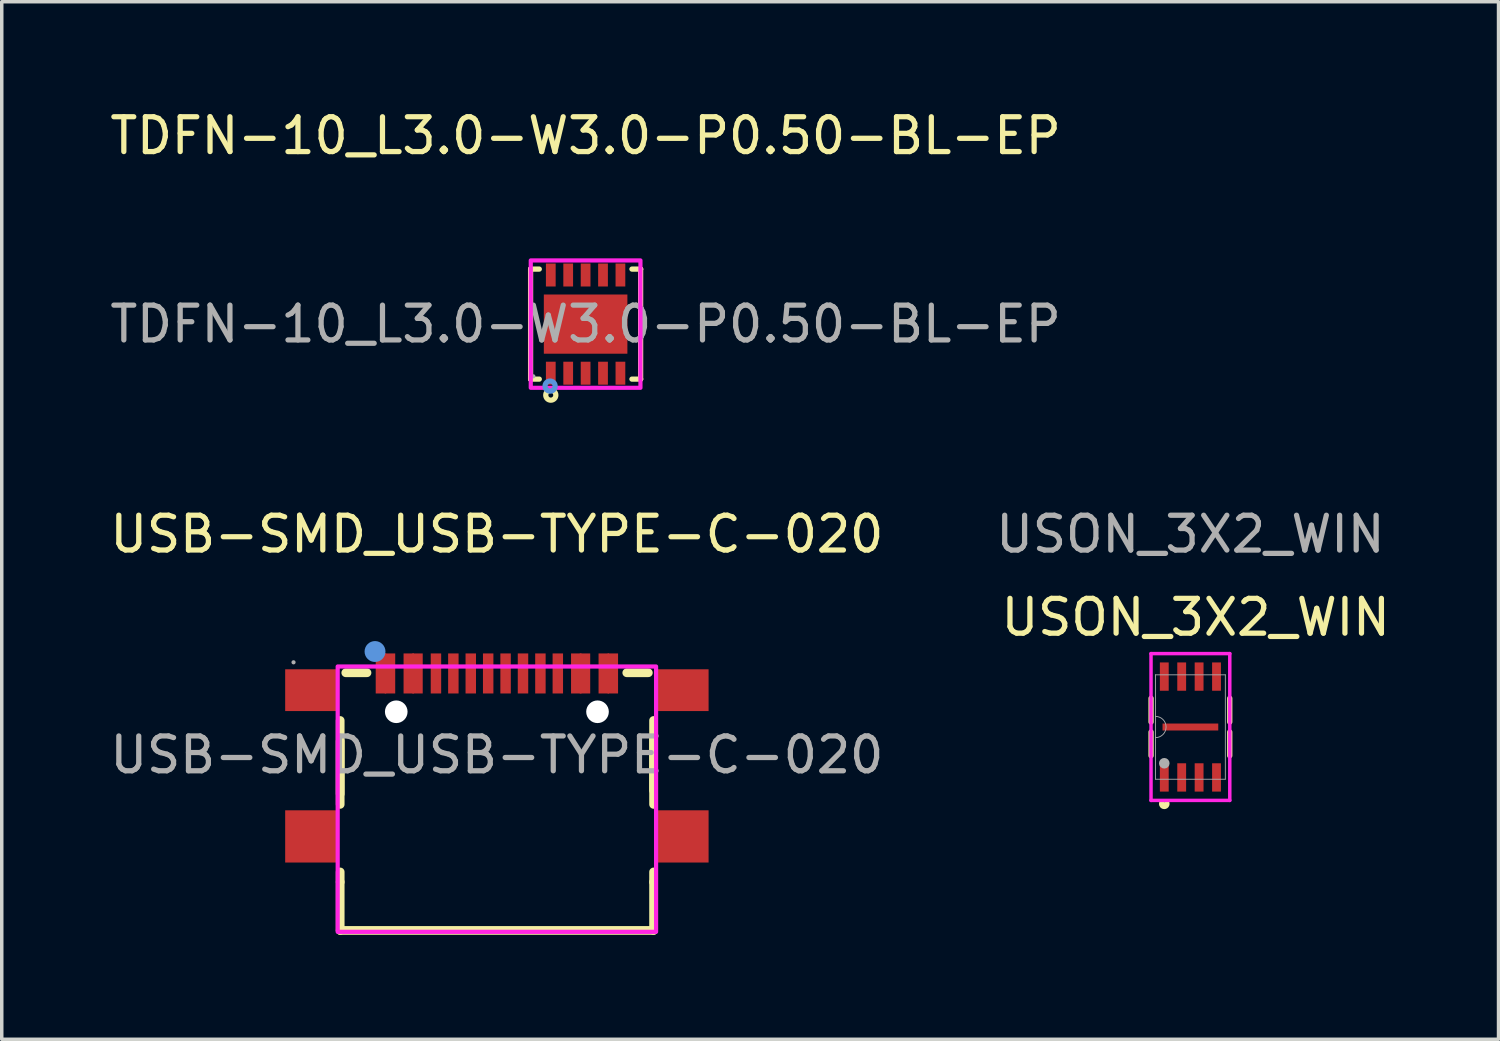
<source format=kicad_pcb>
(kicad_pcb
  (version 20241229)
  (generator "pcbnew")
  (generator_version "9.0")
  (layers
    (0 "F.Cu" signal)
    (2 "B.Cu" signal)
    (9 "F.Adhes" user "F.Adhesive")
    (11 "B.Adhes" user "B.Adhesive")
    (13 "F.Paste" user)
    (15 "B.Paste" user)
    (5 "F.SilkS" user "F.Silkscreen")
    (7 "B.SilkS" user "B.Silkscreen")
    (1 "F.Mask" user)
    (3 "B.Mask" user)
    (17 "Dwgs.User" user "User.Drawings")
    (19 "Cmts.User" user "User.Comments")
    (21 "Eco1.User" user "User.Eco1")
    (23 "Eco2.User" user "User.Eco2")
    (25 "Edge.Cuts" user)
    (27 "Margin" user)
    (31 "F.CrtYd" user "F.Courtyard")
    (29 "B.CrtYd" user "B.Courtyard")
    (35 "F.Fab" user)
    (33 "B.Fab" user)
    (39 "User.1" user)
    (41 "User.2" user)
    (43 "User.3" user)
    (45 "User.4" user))
  (footprint "USON_3X2_WIN"
    (layer "F.Cu")
    (at 31.137 17.829)
    (property "Reference" "USON_3X2_WIN" (at 0.152 -3.15 0) (unlocked yes) (layer "F.SilkS") (effects (font (size 1 1) (thickness 0.15))))
    (attr smd)
    (fp_line (start -1.13 -0.825) (end -1.13 -0.143) (stroke (width 0.152) (type solid)) (layer "F.SilkS"))
    (fp_line (start -1.13 0.143) (end -1.13 0.825) (stroke (width 0.152) (type solid)) (layer "F.SilkS"))
    (fp_line (start 1.13 -0.143) (end 1.13 -0.825) (stroke (width 0.152) (type solid)) (layer "F.SilkS"))
    (fp_line (start 1.13 0.825) (end 1.13 0.143) (stroke (width 0.152) (type solid)) (layer "F.SilkS"))
    (fp_arc (start -0.676376 2.18694) (mid -0.750189 2.282063) (end -0.824002 2.18694) (stroke (width 0.1524) (type solid)) (layer "F.SilkS"))
    (fp_line (start -1.131 -2.108) (end -1.131 2.108) (stroke (width 0.1) (type solid)) (layer "F.CrtYd"))
    (fp_line (start -1.131 -2.108) (end 1.131 -2.108) (stroke (width 0.1) (type solid)) (layer "F.CrtYd"))
    (fp_line (start 1.131 -2.108) (end 1.131 2.108) (stroke (width 0.1) (type solid)) (layer "F.CrtYd"))
    (fp_line (start 1.131 2.108) (end -1.131 2.108) (stroke (width 0.1) (type solid)) (layer "F.CrtYd"))
    (fp_line (start -1.003 -1.499) (end -1.003 1.499) (stroke (width 0.025) (type solid)) (layer "F.Fab"))
    (fp_line (start -1.003 1.499) (end 1.003 1.499) (stroke (width 0.025) (type solid)) (layer "F.Fab"))
    (fp_line (start 1.003 -1.499) (end -1.003 -1.499) (stroke (width 0.025) (type solid)) (layer "F.Fab"))
    (fp_line (start 1.003 1.499) (end 1.003 -1.499) (stroke (width 0.025) (type solid)) (layer "F.Fab"))
    (fp_arc (start -1.0033 -0.3048) (mid -0.6985 0) (end -1.0033 0.3048) (stroke (width 0.0254) (type solid)) (layer "F.Fab"))
    (fp_circle (center -0.75 1.041) (end -0.75 0.965) (stroke (width 0.152) (type solid)) (fill no) (layer "F.Fab"))
    (fp_text user "${REFERENCE}" (at 0 -5.537 0) (unlocked yes) (layer "F.Fab") (effects (font (size 1 1) (thickness 0.15))))
    (pad "1" smd rect (at -0.75 1.448 90) (size 0.813 0.254) (layers "F.Cu" "F.Mask" "F.Paste"))
    (pad "2" smd rect (at -0.25 1.448 90) (size 0.813 0.254) (layers "F.Cu" "F.Mask" "F.Paste"))
    (pad "3" smd rect (at 0.25 1.448 90) (size 0.813 0.254) (layers "F.Cu" "F.Mask" "F.Paste"))
    (pad "4" smd rect (at 0.75 1.448 90) (size 0.813 0.254) (layers "F.Cu" "F.Mask" "F.Paste"))
    (pad "5" smd rect (at 0.75 -1.448 90) (size 0.813 0.254) (layers "F.Cu" "F.Mask" "F.Paste"))
    (pad "6" smd rect (at 0.25 -1.448 90) (size 0.813 0.254) (layers "F.Cu" "F.Mask" "F.Paste"))
    (pad "7" smd rect (at -0.25 -1.448 90) (size 0.813 0.254) (layers "F.Cu" "F.Mask" "F.Paste"))
    (pad "8" smd rect (at -0.75 -1.448 90) (size 0.813 0.254) (layers "F.Cu" "F.Mask" "F.Paste"))
    (pad "9" smd rect (at 0 0 90) (size 0.2 1.6) (layers "F.Cu" "F.Mask" "F.Paste")))
  (footprint "TDFN-10_L3.0-W3.0-P0.50-BL-EP"
    (layer "F.Cu")
    (at 13.768 6.258)
    (property "Reference" "TDFN-10_L3.0-W3.0-P0.50-BL-EP" (at 0 -5.41 0) (layer "F.SilkS") (effects (font (size 1 1) (thickness 0.15))))
    (attr smd)
    (fp_line (start -1.58 -1.58) (end -1.58 -1.58) (stroke (width 0.15) (type solid)) (layer "F.SilkS"))
    (fp_line (start -1.58 -1.58) (end -1.33 -1.58) (stroke (width 0.15) (type solid)) (layer "F.SilkS"))
    (fp_line (start -1.58 1.58) (end -1.58 -1.58) (stroke (width 0.15) (type solid)) (layer "F.SilkS"))
    (fp_line (start -1.58 1.58) (end -1.58 1.58) (stroke (width 0.15) (type solid)) (layer "F.SilkS"))
    (fp_line (start -1.33 1.58) (end -1.58 1.58) (stroke (width 0.15) (type solid)) (layer "F.SilkS"))
    (fp_line (start 1.33 1.58) (end 1.58 1.58) (stroke (width 0.15) (type solid)) (layer "F.SilkS"))
    (fp_line (start 1.58 -1.58) (end 1.33 -1.58) (stroke (width 0.15) (type solid)) (layer "F.SilkS"))
    (fp_line (start 1.58 -1.58) (end 1.58 -1.58) (stroke (width 0.15) (type solid)) (layer "F.SilkS"))
    (fp_line (start 1.58 1.58) (end 1.58 -1.58) (stroke (width 0.15) (type solid)) (layer "F.SilkS"))
    (fp_line (start 1.58 1.58) (end 1.58 1.58) (stroke (width 0.15) (type solid)) (layer "F.SilkS"))
    (fp_circle (center -1 2.04) (end -0.93 2.04) (stroke (width 0.15) (type solid)) (fill no) (layer "F.SilkS"))
    (fp_circle (center -1.02 1.78) (end -0.95 1.78) (stroke (width 0.15) (type solid)) (fill no) (layer "Cmts.User"))
    (fp_rect (start -1.575 -1.829) (end 1.575 1.829) (stroke (width 0.12) (type default)) (fill no) (layer "F.CrtYd"))
    (fp_circle (center -1.5 1.5) (end -1.47 1.5) (stroke (width 0.06) (type solid)) (fill no) (layer "F.Fab"))
    (fp_text user "${REFERENCE}" (at 0 0 0) (layer "F.Fab") (effects (font (size 1 1) (thickness 0.15))))
    (pad "1" smd rect (at -1 1.41) (size 0.28 0.66) (layers "F.Cu" "F.Mask" "F.Paste"))
    (pad "2" smd rect (at -0.5 1.41) (size 0.28 0.66) (layers "F.Cu" "F.Mask" "F.Paste"))
    (pad "3" smd rect (at 0 1.41) (size 0.28 0.66) (layers "F.Cu" "F.Mask" "F.Paste"))
    (pad "4" smd rect (at 0.5 1.41) (size 0.28 0.66) (layers "F.Cu" "F.Mask" "F.Paste"))
    (pad "5" smd rect (at 1 1.41) (size 0.28 0.66) (layers "F.Cu" "F.Mask" "F.Paste"))
    (pad "6" smd rect (at 1 -1.41) (size 0.28 0.66) (layers "F.Cu" "F.Mask" "F.Paste"))
    (pad "7" smd rect (at 0.5 -1.41) (size 0.28 0.66) (layers "F.Cu" "F.Mask" "F.Paste"))
    (pad "8" smd rect (at 0 -1.41) (size 0.28 0.66) (layers "F.Cu" "F.Mask" "F.Paste"))
    (pad "9" smd rect (at -0.5 -1.41) (size 0.28 0.66) (layers "F.Cu" "F.Mask" "F.Paste"))
    (pad "10" smd rect (at -1 -1.41) (size 0.28 0.66) (layers "F.Cu" "F.Mask" "F.Paste"))
    (pad "11" smd rect (at 0 0) (size 2.4 1.7) (layers "F.Cu" "F.Mask" "F.Paste")))
  (footprint "USB-SMD_USB-TYPE-C-020"
    (layer "F.Cu")
    (at 11.22 18.631)
    (property "Reference" "USB-SMD_USB-TYPE-C-020" (at 0 -6.34 0) (layer "F.SilkS") (effects (font (size 1 1) (thickness 0.15))))
    (attr smd)
    (fp_line (start -4.5 -0.4) (end -4.5 1.12) (stroke (width 0.25) (type solid)) (layer "F.SilkS"))
    (fp_line (start -4.5 1.42) (end -4.5 -0.99) (stroke (width 0.25) (type solid)) (layer "F.SilkS"))
    (fp_line (start -4.5 3.65) (end -4.5 3.36) (stroke (width 0.25) (type solid)) (layer "F.SilkS"))
    (fp_line (start -4.5 3.65) (end -4.5 5.04) (stroke (width 0.25) (type solid)) (layer "F.SilkS"))
    (fp_line (start -4.5 5.04) (end 4.5 5.04) (stroke (width 0.25) (type solid)) (layer "F.SilkS"))
    (fp_line (start -4.34 -2.36) (end -3.73 -2.36) (stroke (width 0.25) (type solid)) (layer "F.SilkS"))
    (fp_line (start 3.73 -2.36) (end 4.35 -2.36) (stroke (width 0.25) (type solid)) (layer "F.SilkS"))
    (fp_line (start 4.5 1.02) (end 4.5 -0.5) (stroke (width 0.25) (type solid)) (layer "F.SilkS"))
    (fp_line (start 4.5 1.42) (end 4.5 -0.99) (stroke (width 0.25) (type solid)) (layer "F.SilkS"))
    (fp_line (start 4.5 3.65) (end 4.5 3.36) (stroke (width 0.25) (type solid)) (layer "F.SilkS"))
    (fp_line (start 4.5 5.04) (end 4.5 3.65) (stroke (width 0.25) (type solid)) (layer "F.SilkS"))
    (fp_circle (center -3.5 -2.97) (end -3.35 -2.97) (stroke (width 0.3) (type solid)) (fill no) (layer "Cmts.User"))
    (fp_circle (center -2.9 -1.26) (end -2.79 -1.26) (stroke (width 0.22) (type solid)) (fill no) (layer "Cmts.User"))
    (fp_circle (center 2.9 -1.26) (end 3.01 -1.26) (stroke (width 0.22) (type solid)) (fill no) (layer "Cmts.User"))
    (fp_rect (start -4.572 -2.54) (end 4.572 5.08) (stroke (width 0.12) (type default)) (fill no) (layer "F.CrtYd"))
    (fp_circle (center -5.84 -2.66) (end -5.81 -2.66) (stroke (width 0.06) (type solid)) (fill no) (layer "F.Fab"))
    (fp_text user "${REFERENCE}" (at 0 0 0) (layer "F.Fab") (effects (font (size 1 1) (thickness 0.15))))
    (pad "" np_thru_hole circle (at -2.89 -1.24) (size 0.65 0.65) (drill 0.65) (layers "*.Cu" "*.Mask"))
    (pad "" np_thru_hole circle (at 2.89 -1.24) (size 0.65 0.65) (drill 0.65) (layers "*.Cu" "*.Mask"))
    (pad "A1" smd rect (at -3.33 -2.34) (size 0.3 1.15) (layers "F.Cu" "F.Mask" "F.Paste"))
    (pad "A4" smd rect (at -2.53 -2.34) (size 0.3 1.15) (layers "F.Cu" "F.Mask" "F.Paste"))
    (pad "A5" smd rect (at -1.25 -2.34) (size 0.3 1.15) (layers "F.Cu" "F.Mask" "F.Paste"))
    (pad "A6" smd rect (at -0.25 -2.34) (size 0.3 1.15) (layers "F.Cu" "F.Mask" "F.Paste"))
    (pad "A7" smd rect (at 0.25 -2.34) (size 0.3 1.15) (layers "F.Cu" "F.Mask" "F.Paste"))
    (pad "A8" smd rect (at 1.25 -2.34) (size 0.3 1.15) (layers "F.Cu" "F.Mask" "F.Paste"))
    (pad "A9" smd rect (at 2.53 -2.34) (size 0.3 1.15) (layers "F.Cu" "F.Mask" "F.Paste"))
    (pad "A12" smd rect (at 3.33 -2.34) (size 0.3 1.15) (layers "F.Cu" "F.Mask" "F.Paste"))
    (pad "B1" smd rect (at 3.07 -2.34) (size 0.3 1.15) (layers "F.Cu" "F.Mask" "F.Paste"))
    (pad "B4" smd rect (at 2.28 -2.34) (size 0.3 1.15) (layers "F.Cu" "F.Mask" "F.Paste"))
    (pad "B5" smd rect (at 1.75 -2.34) (size 0.3 1.15) (layers "F.Cu" "F.Mask" "F.Paste"))
    (pad "B6" smd rect (at 0.75 -2.34) (size 0.3 1.15) (layers "F.Cu" "F.Mask" "F.Paste"))
    (pad "B7" smd rect (at -0.75 -2.34) (size 0.3 1.15) (layers "F.Cu" "F.Mask" "F.Paste"))
    (pad "B8" smd rect (at -1.75 -2.34) (size 0.3 1.15) (layers "F.Cu" "F.Mask" "F.Paste"))
    (pad "B9" smd rect (at -2.28 -2.34) (size 0.3 1.15) (layers "F.Cu" "F.Mask" "F.Paste"))
    (pad "B12" smd rect (at -3.07 -2.34) (size 0.3 1.15) (layers "F.Cu" "F.Mask" "F.Paste"))
    (pad "S1" smd rect (at -5.33 -1.86) (size 1.5 1.2) (layers "F.Cu" "F.Mask" "F.Paste"))
    (pad "S1" smd rect (at -5.33 2.34) (size 1.5 1.5) (layers "F.Cu" "F.Mask" "F.Paste"))
    (pad "S1" smd rect (at 5.33 -1.86) (size 1.5 1.2) (layers "F.Cu" "F.Mask" "F.Paste"))
    (pad "S1" smd rect (at 5.33 2.34) (size 1.5 1.5) (layers "F.Cu" "F.Mask" "F.Paste")))
  (gr_rect
    (start -3 -3)
    (end 39.986 26.797)
    (stroke (width 0.1) (type default))
    (fill no)
    (layer "Edge.Cuts")))
</source>
